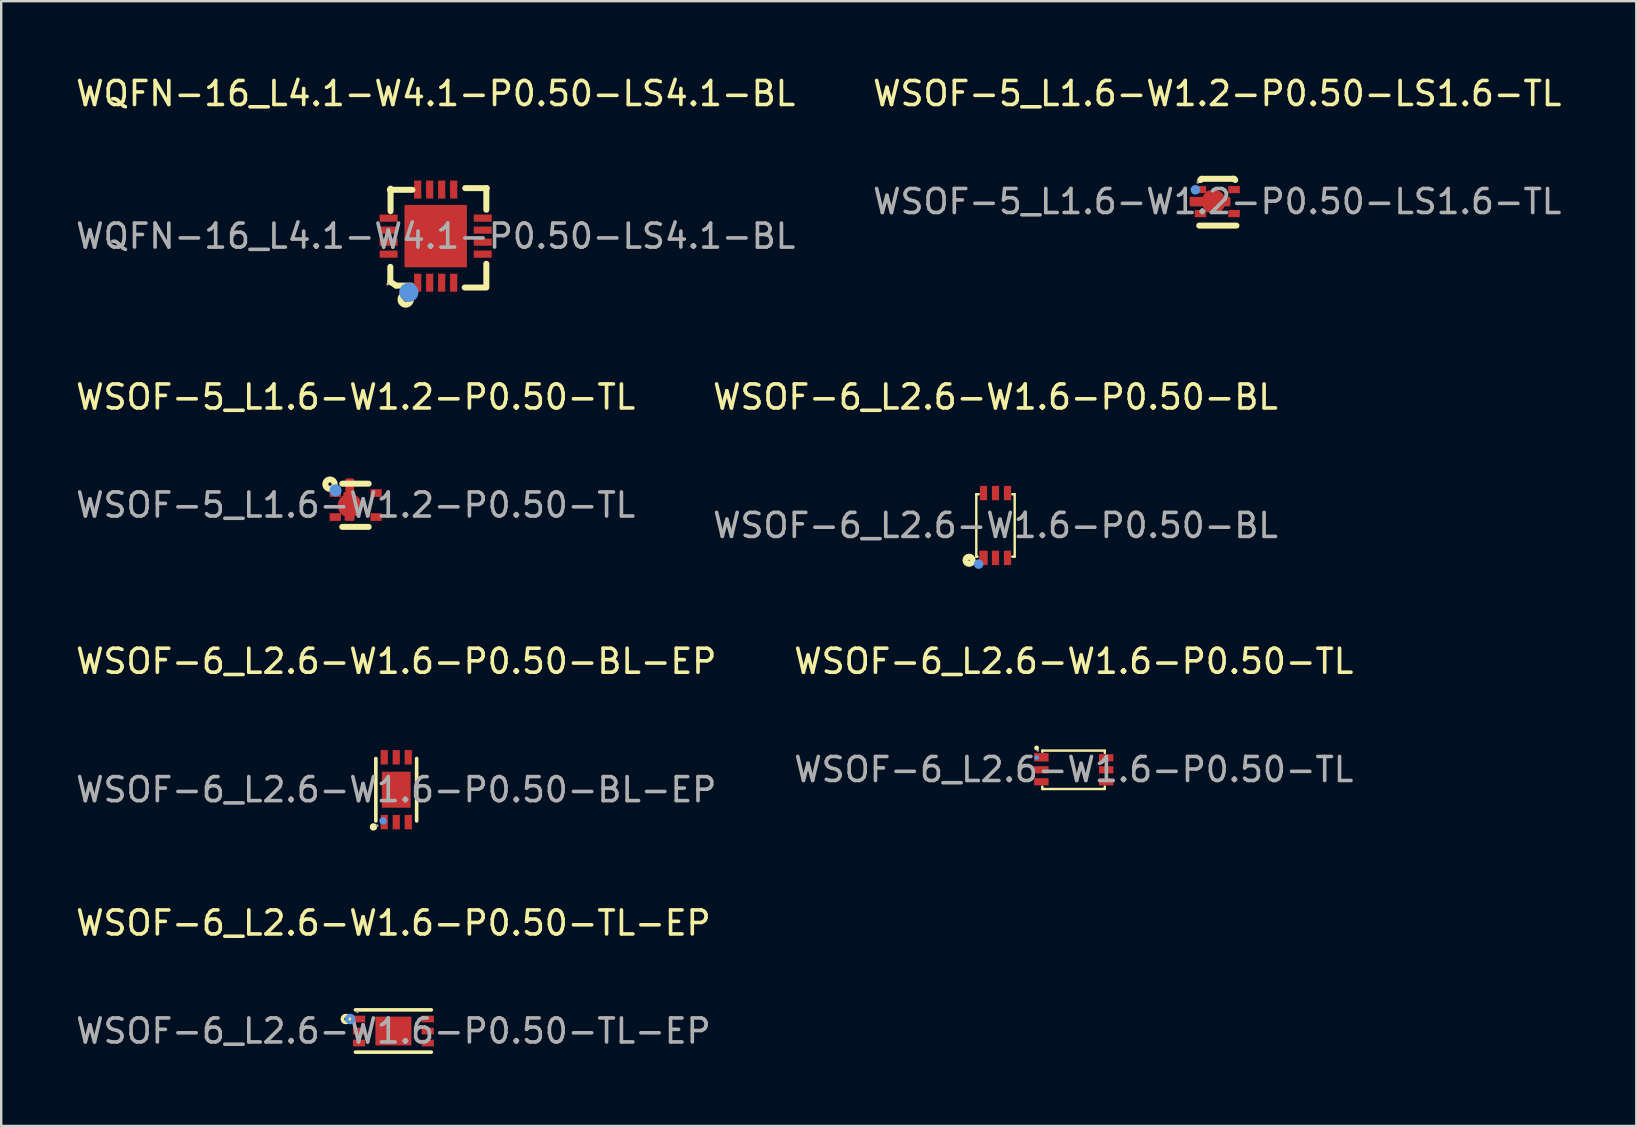
<source format=kicad_pcb>
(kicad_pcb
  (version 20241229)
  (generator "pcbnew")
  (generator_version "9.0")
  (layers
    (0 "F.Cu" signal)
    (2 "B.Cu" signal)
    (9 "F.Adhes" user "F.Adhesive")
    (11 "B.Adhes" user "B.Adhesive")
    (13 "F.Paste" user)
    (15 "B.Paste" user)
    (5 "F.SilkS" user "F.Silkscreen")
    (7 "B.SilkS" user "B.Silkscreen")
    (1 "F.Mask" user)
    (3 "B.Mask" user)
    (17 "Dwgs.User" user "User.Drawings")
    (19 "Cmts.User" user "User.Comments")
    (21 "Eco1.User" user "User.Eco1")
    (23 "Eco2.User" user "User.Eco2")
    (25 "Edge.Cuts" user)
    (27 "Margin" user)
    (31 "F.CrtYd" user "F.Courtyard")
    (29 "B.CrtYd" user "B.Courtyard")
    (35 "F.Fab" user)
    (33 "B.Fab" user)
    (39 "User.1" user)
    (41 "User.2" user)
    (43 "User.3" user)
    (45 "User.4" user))
  (footprint "WSOF-6_L2.6-W1.6-P0.50-BL"
    (layer "F.Cu")
    (at 38.423 18.841)
    (property "Reference" "WSOF-6_L2.6-W1.6-P0.50-BL" (at 0 -5.35 0) (layer "F.SilkS") (effects (font (size 1 1) (thickness 0.15))))
    (attr through_hole)
    (fp_line (start -0.8 -1.3) (end -0.8 1.3) (stroke (width 0.1) (type solid)) (layer "F.SilkS"))
    (fp_line (start -0.8 -1.3) (end -0.7 -1.3) (stroke (width 0.1) (type solid)) (layer "F.SilkS"))
    (fp_line (start -0.8 1.3) (end -0.75 1.3) (stroke (width 0.1) (type solid)) (layer "F.SilkS"))
    (fp_line (start 0.8 -1.3) (end 0.7 -1.3) (stroke (width 0.1) (type solid)) (layer "F.SilkS"))
    (fp_line (start 0.8 -1.3) (end 0.8 1.3) (stroke (width 0.1) (type solid)) (layer "F.SilkS"))
    (fp_line (start 0.8 1.3) (end 0.7 1.3) (stroke (width 0.1) (type solid)) (layer "F.SilkS"))
    (fp_circle (center -1.1 1.45) (end -0.95 1.45) (stroke (width 0.25) (type solid)) (fill no) (layer "F.SilkS"))
    (fp_circle (center -0.7 1.61) (end -0.6 1.61) (stroke (width 0.2) (type solid)) (fill no) (layer "Cmts.User"))
    (fp_circle (center -0.81 1.5) (end -0.78 1.5) (stroke (width 0.06) (type solid)) (fill no) (layer "F.Fab"))
    (fp_text user "${REFERENCE}" (at 0 0 0) (layer "F.Fab") (effects (font (size 1 1) (thickness 0.15))))
    (pad "1" smd rect (at -0.5 1.35 90) (size 0.6 0.35) (layers "F.Cu" "F.Mask" "F.Paste"))
    (pad "2" smd rect (at 0 1.35 90) (size 0.6 0.3) (layers "F.Cu" "F.Mask" "F.Paste"))
    (pad "3" smd rect (at 0.5 1.35 90) (size 0.6 0.3) (layers "F.Cu" "F.Mask" "F.Paste"))
    (pad "4" smd rect (at 0.5 -1.35 90) (size 0.6 0.3) (layers "F.Cu" "F.Mask" "F.Paste"))
    (pad "5" smd rect (at 0 -1.35 90) (size 0.6 0.3) (layers "F.Cu" "F.Mask" "F.Paste"))
    (pad "6" smd rect (at -0.5 -1.35 90) (size 0.6 0.3) (layers "F.Cu" "F.Mask" "F.Paste")))
  (footprint "WSOF-5_L1.6-W1.2-P0.50-TL"
    (layer "F.Cu")
    (at 11.768 17.991)
    (property "Reference" "WSOF-5_L1.6-W1.2-P0.50-TL" (at 0 -4.5 0) (layer "F.SilkS") (effects (font (size 1 1) (thickness 0.15))))
    (attr through_hole)
    (fp_line (start -0.56 0.91) (end 0.54 0.91) (stroke (width 0.25) (type solid)) (layer "F.SilkS"))
    (fp_line (start 0.54 -0.89) (end -0.56 -0.89) (stroke (width 0.25) (type solid)) (layer "F.SilkS"))
    (fp_circle (center -1.07 -0.87) (end -1 -0.87) (stroke (width 0.25) (type solid)) (fill no) (layer "F.SilkS"))
    (fp_circle (center -0.84 -0.61) (end -0.71 -0.61) (stroke (width 0.25) (type solid)) (fill no) (layer "Cmts.User"))
    (fp_circle (center -0.8 -0.8) (end -0.77 -0.8) (stroke (width 0.06) (type solid)) (fill no) (layer "F.Fab"))
    (fp_text user "${REFERENCE}" (at 0 0 0) (layer "F.Fab") (effects (font (size 1 1) (thickness 0.15))))
    (pad "1" smd rect (at -0.85 -0.5 90) (size 0.32 0.47) (layers "F.Cu" "F.Mask" "F.Paste"))
    (pad "2" smd custom (at -0.25 0.02 270) (size 1 1) (layers "F.Cu" "F.Mask" "F.Paste") (options (anchor circle)) (primitives (gr_poly (pts (xy 0.59 -0.15) (xy 0.39 -0.15) (xy 0.19 -0.15) (xy 0.19 -0.19) (xy 0.19 -0.25) (xy -0.28 -0.25) (xy -0.28 -0.19) (xy -0.51 -0.19) (xy -0.51 -0.13) (xy -1.08 -0.13) (xy -1.08 0.13) (xy -0.51 0.13) (xy -0.51 0.21) (xy -0.28 0.21) (xy -0.28 0.29) (xy 0.19 0.29) (xy 0.19 0.16) (xy 0.59 0.16)) (width 0.1) (fill yes))))
    (pad "3" smd rect (at -0.85 0.5 90) (size 0.32 0.47) (layers "F.Cu" "F.Mask" "F.Paste"))
    (pad "4" smd rect (at 0.85 0.5 90) (size 0.32 0.47) (layers "F.Cu" "F.Mask" "F.Paste"))
    (pad "5" smd rect (at 0.85 -0.5 90) (size 0.32 0.47) (layers "F.Cu" "F.Mask" "F.Paste")))
  (footprint "WQFN-16_L4.1-W4.1-P0.50-LS4.1-BL"
    (layer "F.Cu")
    (at 15.101 6.788)
    (property "Reference" "WQFN-16_L4.1-W4.1-P0.50-LS4.1-BL" (at 0 -5.94 0) (layer "F.SilkS") (effects (font (size 1 1) (thickness 0.15))))
    (attr through_hole)
    (fp_line (start -1.91 -1.93) (end -0.97 -1.93) (stroke (width 0.25) (type solid)) (layer "F.SilkS"))
    (fp_line (start -1.89 1.9) (end -1.89 1.28) (stroke (width 0.25) (type solid)) (layer "F.SilkS"))
    (fp_line (start -1.88 -1.04) (end -1.88 -1.98) (stroke (width 0.25) (type solid)) (layer "F.SilkS"))
    (fp_line (start -1.65 2.06) (end -1.89 1.9) (stroke (width 0.25) (type solid)) (layer "F.SilkS"))
    (fp_line (start -1.02 2.06) (end -1.65 2.06) (stroke (width 0.25) (type solid)) (layer "F.SilkS"))
    (fp_line (start 1.23 -2) (end 2.13 -2) (stroke (width 0.25) (type solid)) (layer "F.SilkS"))
    (fp_line (start 2.11 -2) (end 2.11 -1.1) (stroke (width 0.25) (type solid)) (layer "F.SilkS"))
    (fp_line (start 2.11 1.15) (end 2.11 2.06) (stroke (width 0.25) (type solid)) (layer "F.SilkS"))
    (fp_line (start 2.11 2.14) (end 1.21 2.14) (stroke (width 0.25) (type solid)) (layer "F.SilkS"))
    (fp_circle (center -1.25 2.64) (end -1.16 2.64) (stroke (width 0.25) (type solid)) (fill no) (layer "F.SilkS"))
    (fp_circle (center -1.12 2.34) (end -0.92 2.34) (stroke (width 0.4) (type solid)) (fill no) (layer "Cmts.User"))
    (fp_circle (center -2 2) (end -1.97 2) (stroke (width 0.06) (type solid)) (fill no) (layer "F.Fab"))
    (fp_text user "${REFERENCE}" (at 0 0 0) (layer "F.Fab") (effects (font (size 1 1) (thickness 0.15))))
    (pad "1" smd rect (at -0.75 1.94) (size 0.3 0.75) (layers "F.Cu" "F.Mask" "F.Paste"))
    (pad "2" smd rect (at -0.25 1.94) (size 0.3 0.75) (layers "F.Cu" "F.Mask" "F.Paste"))
    (pad "3" smd rect (at 0.25 1.94) (size 0.3 0.75) (layers "F.Cu" "F.Mask" "F.Paste"))
    (pad "4" smd rect (at 0.75 1.94) (size 0.3 0.75) (layers "F.Cu" "F.Mask" "F.Paste"))
    (pad "5" smd rect (at 1.96 0.75) (size 0.75 0.3) (layers "F.Cu" "F.Mask" "F.Paste"))
    (pad "6" smd rect (at 1.96 0.25) (size 0.75 0.3) (layers "F.Cu" "F.Mask" "F.Paste"))
    (pad "7" smd rect (at 1.96 -0.25) (size 0.75 0.3) (layers "F.Cu" "F.Mask" "F.Paste"))
    (pad "8" smd rect (at 1.96 -0.75) (size 0.75 0.3) (layers "F.Cu" "F.Mask" "F.Paste"))
    (pad "9" smd rect (at 0.75 -1.94) (size 0.3 0.75) (layers "F.Cu" "F.Mask" "F.Paste"))
    (pad "10" smd rect (at 0.25 -1.94) (size 0.3 0.75) (layers "F.Cu" "F.Mask" "F.Paste"))
    (pad "11" smd rect (at -0.25 -1.94) (size 0.3 0.75) (layers "F.Cu" "F.Mask" "F.Paste"))
    (pad "12" smd rect (at -0.75 -1.94) (size 0.3 0.75) (layers "F.Cu" "F.Mask" "F.Paste"))
    (pad "13" smd rect (at -1.96 -0.75) (size 0.75 0.3) (layers "F.Cu" "F.Mask" "F.Paste"))
    (pad "14" smd rect (at -1.96 -0.25) (size 0.75 0.3) (layers "F.Cu" "F.Mask" "F.Paste"))
    (pad "15" smd rect (at -1.96 0.25) (size 0.75 0.3) (layers "F.Cu" "F.Mask" "F.Paste"))
    (pad "16" smd rect (at -1.96 0.75) (size 0.75 0.3) (layers "F.Cu" "F.Mask" "F.Paste"))
    (pad "17" smd rect (at 0 0 270) (size 2.6 2.6) (layers "F.Cu" "F.Mask" "F.Paste")))
  (footprint "WSOF-5_L1.6-W1.2-P0.50-LS1.6-TL"
    (layer "F.Cu")
    (at 47.661 5.348)
    (property "Reference" "WSOF-5_L1.6-W1.2-P0.50-LS1.6-TL" (at 0 -4.5 0) (layer "F.SilkS") (effects (font (size 1 1) (thickness 0.15))))
    (attr through_hole)
    (fp_line (start -0.75 1) (end 0.8 1) (stroke (width 0.25) (type solid)) (layer "F.SilkS"))
    (fp_line (start -0.7 -0.9) (end -0.7 -0.9) (stroke (width 0.25) (type solid)) (layer "F.SilkS"))
    (fp_line (start -0.7 -0.9) (end -0.65 -0.95) (stroke (width 0.25) (type solid)) (layer "F.SilkS"))
    (fp_line (start -0.65 -0.95) (end 0.65 -0.95) (stroke (width 0.25) (type solid)) (layer "F.SilkS"))
    (fp_line (start 0.65 -0.95) (end 0.7 -0.95) (stroke (width 0.25) (type solid)) (layer "F.SilkS"))
    (fp_line (start 0.7 -0.95) (end 0.75 -0.9) (stroke (width 0.25) (type solid)) (layer "F.SilkS"))
    (fp_circle (center -0.91 -0.49) (end -0.81 -0.49) (stroke (width 0.2) (type solid)) (fill no) (layer "Cmts.User"))
    (fp_circle (center -0.81 -0.8) (end -0.78 -0.8) (stroke (width 0.06) (type solid)) (fill no) (layer "F.Fab"))
    (fp_text user "${REFERENCE}" (at 0 0 0) (layer "F.Fab") (effects (font (size 1 1) (thickness 0.15))))
    (pad "1" smd rect (at -0.7 -0.5) (size 0.48 0.3) (layers "F.Cu" "F.Mask" "F.Paste"))
    (pad "2" smd custom (at -0.15 0) (size 1 1) (layers "F.Cu" "F.Mask" "F.Paste") (options (anchor circle)) (primitives (gr_poly (pts (xy -0.95 0.15) (xy -0.95 -0.15) (xy -0.52 -0.15) (xy -0.25 -0.15) (xy -0.25 -0.4) (xy 0.18 -0.4) (xy 0.18 -0.15) (xy 0.45 -0.15) (xy 0.65 -0.15) (xy 0.65 0.15) (xy 0.18 0.15) (xy 0.18 0.4) (xy -0.25 0.4) (xy -0.25 0.15) (xy -0.95 0.15)) (width 0.1) (fill yes))))
    (pad "3" smd rect (at -0.7 0.5) (size 0.48 0.3) (layers "F.Cu" "F.Mask" "F.Paste"))
    (pad "4" smd rect (at 0.7 0.5) (size 0.48 0.3) (layers "F.Cu" "F.Mask" "F.Paste"))
    (pad "5" smd rect (at 0.7 -0.5) (size 0.48 0.3) (layers "F.Cu" "F.Mask" "F.Paste")))
  (footprint "WSOF-6_L2.6-W1.6-P0.50-BL-EP"
    (layer "F.Cu")
    (at 13.458 29.85)
    (property "Reference" "WSOF-6_L2.6-W1.6-P0.50-BL-EP" (at 0 -5.35 0) (layer "F.SilkS") (effects (font (size 1 1) (thickness 0.15))))
    (attr through_hole)
    (fp_line (start -0.85 1.3) (end -0.85 -1.3) (stroke (width 0.15) (type solid)) (layer "F.SilkS"))
    (fp_line (start 0.85 -1.3) (end 0.85 1.3) (stroke (width 0.15) (type solid)) (layer "F.SilkS"))
    (fp_circle (center -0.95 1.55) (end -0.87 1.55) (stroke (width 0.15) (type solid)) (fill no) (layer "F.SilkS"))
    (fp_circle (center -0.55 1.3) (end -0.47 1.3) (stroke (width 0.15) (type solid)) (fill no) (layer "Cmts.User"))
    (fp_circle (center -0.8 1.5) (end -0.77 1.5) (stroke (width 0.06) (type solid)) (fill no) (layer "F.Fab"))
    (fp_text user "${REFERENCE}" (at 0 0 0) (layer "F.Fab") (effects (font (size 1 1) (thickness 0.15))))
    (pad "1" smd rect (at -0.5 1.35) (size 0.3 0.6) (layers "F.Cu" "F.Mask" "F.Paste"))
    (pad "2" smd rect (at 0 1.35) (size 0.3 0.6) (layers "F.Cu" "F.Mask" "F.Paste"))
    (pad "3" smd rect (at 0.5 1.35) (size 0.3 0.6) (layers "F.Cu" "F.Mask" "F.Paste"))
    (pad "4" smd rect (at 0.5 -1.35) (size 0.3 0.6) (layers "F.Cu" "F.Mask" "F.Paste"))
    (pad "5" smd rect (at 0 -1.35) (size 0.3 0.6) (layers "F.Cu" "F.Mask" "F.Paste"))
    (pad "6" smd rect (at -0.5 -1.35) (size 0.3 0.6) (layers "F.Cu" "F.Mask" "F.Paste"))
    (pad "7" smd rect (at 0 0) (size 1.2 1.5) (layers "F.Cu" "F.Mask" "F.Paste")))
  (footprint "WSOF-6_L2.6-W1.6-P0.50-TL-EP"
    (layer "F.Cu")
    (at 13.339 39.903)
    (property "Reference" "WSOF-6_L2.6-W1.6-P0.50-TL-EP" (at 0 -4.5 0) (layer "F.SilkS") (effects (font (size 1 1) (thickness 0.15))))
    (attr through_hole)
    (fp_line (start -1.58 -0.88) (end 1.58 -0.88) (stroke (width 0.15) (type solid)) (layer "F.SilkS"))
    (fp_line (start -1.58 0.88) (end 1.58 0.88) (stroke (width 0.15) (type solid)) (layer "F.SilkS"))
    (fp_circle (center -1.98 -0.5) (end -1.91 -0.5) (stroke (width 0.15) (type solid)) (fill no) (layer "F.SilkS"))
    (fp_circle (center -1.8 -0.5) (end -1.73 -0.5) (stroke (width 0.15) (type solid)) (fill no) (layer "Cmts.User"))
    (fp_circle (center -1.5 -0.8) (end -1.47 -0.8) (stroke (width 0.06) (type solid)) (fill no) (layer "F.Fab"))
    (fp_text user "${REFERENCE}" (at 0 0 0) (layer "F.Fab") (effects (font (size 1 1) (thickness 0.15))))
    (pad "1" smd rect (at -1.43 -0.5) (size 0.51 0.28) (layers "F.Cu" "F.Mask" "F.Paste"))
    (pad "2" smd rect (at -1.43 0) (size 0.51 0.28) (layers "F.Cu" "F.Mask" "F.Paste"))
    (pad "3" smd rect (at -1.43 0.5) (size 0.51 0.28) (layers "F.Cu" "F.Mask" "F.Paste"))
    (pad "4" smd rect (at 1.43 0.5) (size 0.51 0.28) (layers "F.Cu" "F.Mask" "F.Paste"))
    (pad "5" smd rect (at 1.43 0) (size 0.51 0.28) (layers "F.Cu" "F.Mask" "F.Paste"))
    (pad "6" smd rect (at 1.43 -0.5) (size 0.51 0.28) (layers "F.Cu" "F.Mask" "F.Paste"))
    (pad "7" smd rect (at 0 0) (size 1.5 1.2) (layers "F.Cu" "F.Mask" "F.Paste")))
  (footprint "WSOF-6_L2.6-W1.6-P0.50-TL"
    (layer "F.Cu")
    (at 41.685 29.01)
    (property "Reference" "WSOF-6_L2.6-W1.6-P0.50-TL" (at 0 -4.51 0) (layer "F.SilkS") (effects (font (size 1 1) (thickness 0.15))))
    (attr through_hole)
    (fp_line (start -1.31 -0.79) (end -1.31 -0.74) (stroke (width 0.1) (type solid)) (layer "F.SilkS"))
    (fp_line (start -1.31 0.81) (end -1.31 0.71) (stroke (width 0.1) (type solid)) (layer "F.SilkS"))
    (fp_line (start 1.29 -0.79) (end -1.31 -0.79) (stroke (width 0.1) (type solid)) (layer "F.SilkS"))
    (fp_line (start 1.29 -0.79) (end 1.29 -0.69) (stroke (width 0.1) (type solid)) (layer "F.SilkS"))
    (fp_line (start 1.29 0.81) (end -1.31 0.81) (stroke (width 0.1) (type solid)) (layer "F.SilkS"))
    (fp_line (start 1.29 0.81) (end 1.29 0.71) (stroke (width 0.1) (type solid)) (layer "F.SilkS"))
    (fp_circle (center -1.55 -0.9) (end -1.5 -0.9) (stroke (width 0.1) (type solid)) (fill no) (layer "F.SilkS"))
    (fp_circle (center -1.55 -0.5) (end -1.5 -0.5) (stroke (width 0.1) (type solid)) (fill no) (layer "Cmts.User"))
    (fp_circle (center -1.5 -0.8) (end -1.47 -0.8) (stroke (width 0.06) (type solid)) (fill no) (layer "F.Fab"))
    (fp_text user "${REFERENCE}" (at 0 0 0) (layer "F.Fab") (effects (font (size 1 1) (thickness 0.15))))
    (pad "1" smd rect (at -1.35 -0.51) (size 0.6 0.35) (layers "F.Cu" "F.Mask" "F.Paste"))
    (pad "2" smd rect (at -1.35 0.01) (size 0.6 0.3) (layers "F.Cu" "F.Mask" "F.Paste"))
    (pad "3" smd rect (at -1.35 0.51) (size 0.6 0.3) (layers "F.Cu" "F.Mask" "F.Paste"))
    (pad "4" smd rect (at 1.35 0.51) (size 0.6 0.3) (layers "F.Cu" "F.Mask" "F.Paste"))
    (pad "5" smd rect (at 1.35 0.01) (size 0.6 0.3) (layers "F.Cu" "F.Mask" "F.Paste"))
    (pad "6" smd rect (at 1.35 -0.49) (size 0.6 0.3) (layers "F.Cu" "F.Mask" "F.Paste")))
  (gr_rect
    (start -3 -3)
    (end 65.119 43.858)
    (stroke (width 0.1) (type default))
    (fill no)
    (layer "Edge.Cuts")))
</source>
